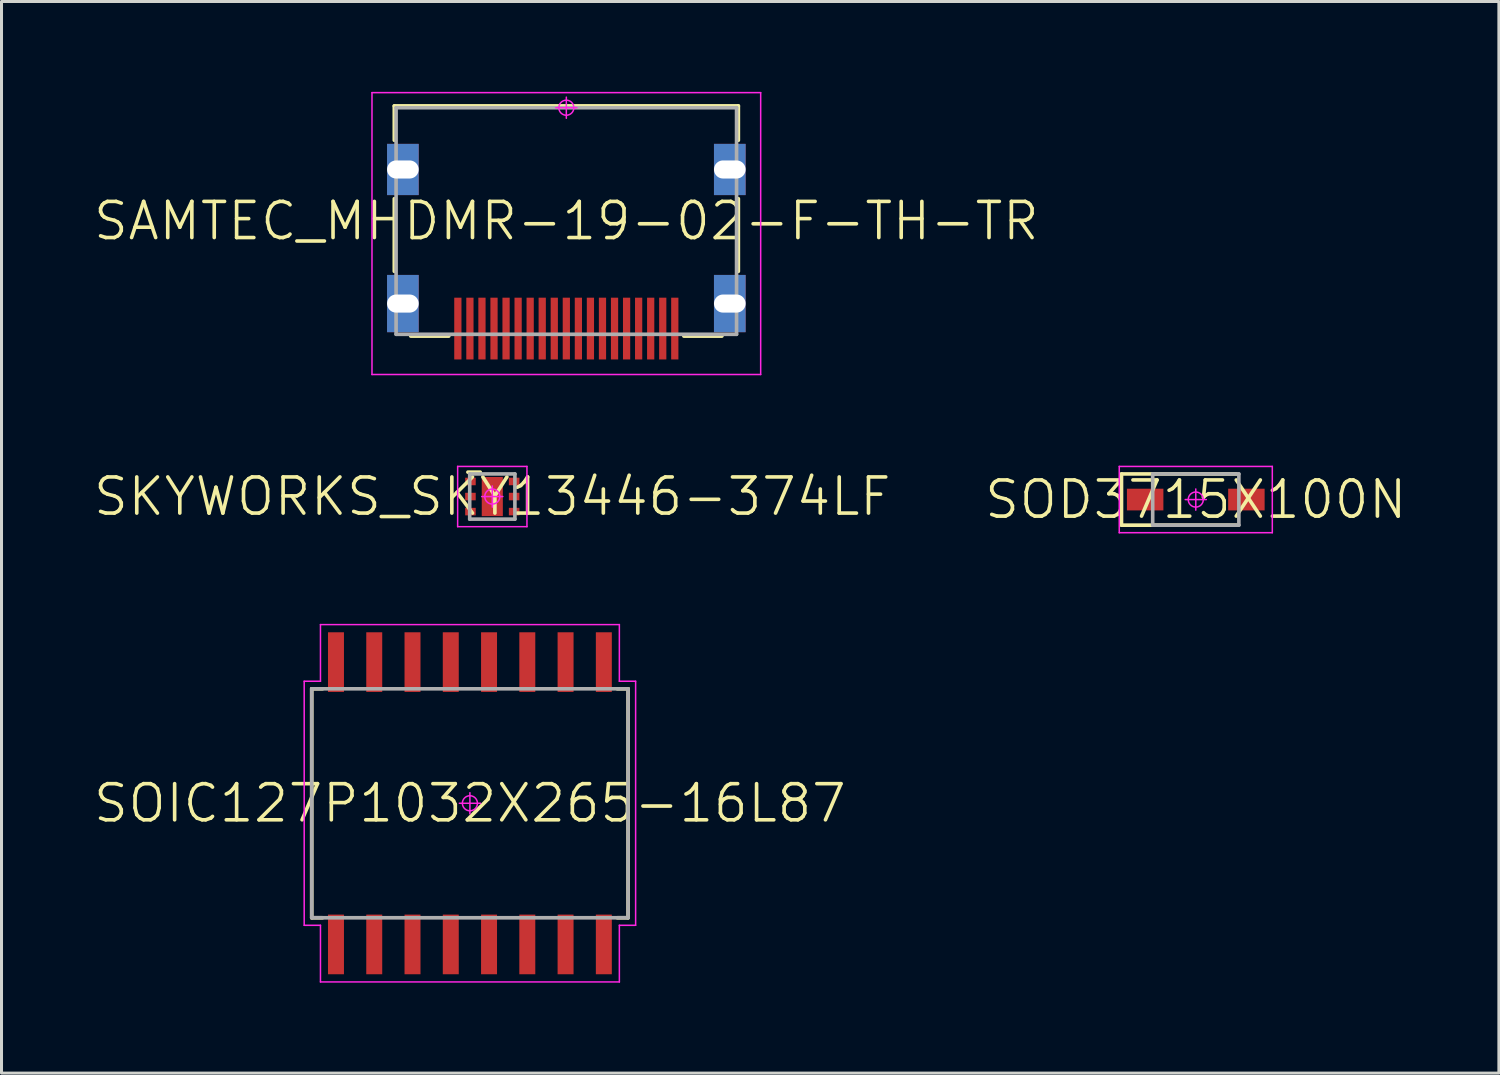
<source format=kicad_pcb>
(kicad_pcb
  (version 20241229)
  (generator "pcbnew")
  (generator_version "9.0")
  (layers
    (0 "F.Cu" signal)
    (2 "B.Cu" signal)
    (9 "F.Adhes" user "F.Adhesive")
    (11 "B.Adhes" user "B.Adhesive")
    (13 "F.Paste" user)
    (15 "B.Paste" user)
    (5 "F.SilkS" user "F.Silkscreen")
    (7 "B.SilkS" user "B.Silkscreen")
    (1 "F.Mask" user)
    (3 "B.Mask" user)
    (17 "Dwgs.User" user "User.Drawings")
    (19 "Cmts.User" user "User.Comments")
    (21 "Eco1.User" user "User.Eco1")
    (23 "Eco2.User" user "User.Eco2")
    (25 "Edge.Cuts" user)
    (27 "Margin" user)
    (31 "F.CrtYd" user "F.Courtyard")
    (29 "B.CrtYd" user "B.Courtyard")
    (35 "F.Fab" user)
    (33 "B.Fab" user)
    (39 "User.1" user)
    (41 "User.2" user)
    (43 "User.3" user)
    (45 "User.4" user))
  (footprint "SOIC127P1032X265-16L87"
    (layer "F.Cu")
    (at 12.546 23.61)
    (property "Reference" "SOIC127P1032X265-16L87" (at 0 0 0) (layer "F.SilkS") (effects (font (size 1.2 1.2) (thickness 0.12))))
    (attr smd)
    (fp_line (start -5.25 -3.8) (end -4.89 -3.8) (stroke (width 0.12) (type solid)) (layer "F.SilkS"))
    (fp_line (start -5.25 3.8) (end -5.25 -3.8) (stroke (width 0.12) (type solid)) (layer "F.SilkS"))
    (fp_line (start -4.89 3.8) (end -5.25 3.8) (stroke (width 0.12) (type solid)) (layer "F.SilkS"))
    (fp_line (start 4.89 3.8) (end 5.25 3.8) (stroke (width 0.12) (type solid)) (layer "F.SilkS"))
    (fp_line (start 5.25 -3.8) (end 4.89 -3.8) (stroke (width 0.12) (type solid)) (layer "F.SilkS"))
    (fp_line (start 5.25 3.8) (end 5.25 -3.8) (stroke (width 0.12) (type solid)) (layer "F.SilkS"))
    (fp_line (start -5.5 -4.05) (end -5.5 4.05) (stroke (width 0.05) (type solid)) (layer "F.CrtYd"))
    (fp_line (start -5.5 4.05) (end -4.96 4.05) (stroke (width 0.05) (type solid)) (layer "F.CrtYd"))
    (fp_line (start -4.96 -5.93) (end -4.96 -4.05) (stroke (width 0.05) (type solid)) (layer "F.CrtYd"))
    (fp_line (start -4.96 -4.05) (end -5.5 -4.05) (stroke (width 0.05) (type solid)) (layer "F.CrtYd"))
    (fp_line (start -4.96 4.05) (end -4.96 5.93) (stroke (width 0.05) (type solid)) (layer "F.CrtYd"))
    (fp_line (start -4.96 5.93) (end 4.96 5.93) (stroke (width 0.05) (type solid)) (layer "F.CrtYd"))
    (fp_line (start -0.35 0) (end 0.35 0) (stroke (width 0.05) (type solid)) (layer "F.CrtYd"))
    (fp_line (start 0 -0.35) (end 0 0.35) (stroke (width 0.05) (type solid)) (layer "F.CrtYd"))
    (fp_line (start 4.96 -5.93) (end -4.96 -5.93) (stroke (width 0.05) (type solid)) (layer "F.CrtYd"))
    (fp_line (start 4.96 -4.05) (end 4.96 -5.93) (stroke (width 0.05) (type solid)) (layer "F.CrtYd"))
    (fp_line (start 4.96 4.05) (end 5.5 4.05) (stroke (width 0.05) (type solid)) (layer "F.CrtYd"))
    (fp_line (start 4.96 5.93) (end 4.96 4.05) (stroke (width 0.05) (type solid)) (layer "F.CrtYd"))
    (fp_line (start 5.5 -4.05) (end 4.96 -4.05) (stroke (width 0.05) (type solid)) (layer "F.CrtYd"))
    (fp_line (start 5.5 4.05) (end 5.5 -4.05) (stroke (width 0.05) (type solid)) (layer "F.CrtYd"))
    (fp_circle (center 0 0) (end 0 0.25) (stroke (width 0.05) (type solid)) (fill no) (layer "F.CrtYd"))
    (fp_line (start -5.25 -3.8) (end 5.25 -3.8) (stroke (width 0.12) (type solid)) (layer "F.Fab"))
    (fp_line (start -5.25 3.8) (end -5.25 -3.8) (stroke (width 0.12) (type solid)) (layer "F.Fab"))
    (fp_line (start 5.25 -3.8) (end 5.25 3.8) (stroke (width 0.12) (type solid)) (layer "F.Fab"))
    (fp_line (start 5.25 3.8) (end -5.25 3.8) (stroke (width 0.12) (type solid)) (layer "F.Fab"))
    (pad "1" smd rect (at -4.445 4.685 90) (size 1.98 0.53) (layers "F.Cu" "F.Mask" "F.Paste"))
    (pad "2" smd rect (at -3.175 4.685 90) (size 1.98 0.53) (layers "F.Cu" "F.Mask" "F.Paste"))
    (pad "3" smd rect (at -1.905 4.685 90) (size 1.98 0.53) (layers "F.Cu" "F.Mask" "F.Paste"))
    (pad "4" smd rect (at -0.635 4.685 90) (size 1.98 0.53) (layers "F.Cu" "F.Mask" "F.Paste"))
    (pad "5" smd rect (at 0.635 4.685 90) (size 1.98 0.53) (layers "F.Cu" "F.Mask" "F.Paste"))
    (pad "6" smd rect (at 1.905 4.685 90) (size 1.98 0.53) (layers "F.Cu" "F.Mask" "F.Paste"))
    (pad "7" smd rect (at 3.175 4.685 90) (size 1.98 0.53) (layers "F.Cu" "F.Mask" "F.Paste"))
    (pad "8" smd rect (at 4.445 4.685 90) (size 1.98 0.53) (layers "F.Cu" "F.Mask" "F.Paste"))
    (pad "9" smd rect (at 4.445 -4.685 90) (size 1.98 0.53) (layers "F.Cu" "F.Mask" "F.Paste"))
    (pad "10" smd rect (at 3.175 -4.685 90) (size 1.98 0.53) (layers "F.Cu" "F.Mask" "F.Paste"))
    (pad "11" smd rect (at 1.905 -4.685 90) (size 1.98 0.53) (layers "F.Cu" "F.Mask" "F.Paste"))
    (pad "12" smd rect (at 0.635 -4.685 90) (size 1.98 0.53) (layers "F.Cu" "F.Mask" "F.Paste"))
    (pad "13" smd rect (at -0.635 -4.685 90) (size 1.98 0.53) (layers "F.Cu" "F.Mask" "F.Paste"))
    (pad "14" smd rect (at -1.905 -4.685 90) (size 1.98 0.53) (layers "F.Cu" "F.Mask" "F.Paste"))
    (pad "15" smd rect (at -3.175 -4.685 90) (size 1.98 0.53) (layers "F.Cu" "F.Mask" "F.Paste"))
    (pad "16" smd rect (at -4.445 -4.685 90) (size 1.98 0.53) (layers "F.Cu" "F.Mask" "F.Paste")))
  (footprint "SAMTEC_MHDMR-19-02-F-TH-TR"
    (layer "F.Cu")
    (at 15.746 0.525)
    (property "Reference" "SAMTEC_MHDMR-19-02-F-TH-TR" (at 0 3.76 0) (layer "F.SilkS") (effects (font (size 1.2 1.2) (thickness 0.12))))
    (attr through_hole)
    (fp_line (start -5.71 -0.06) (end 5.71 -0.06) (stroke (width 0.12) (type solid)) (layer "F.SilkS"))
    (fp_line (start -5.71 1.08) (end -5.71 -0.06) (stroke (width 0.12) (type solid)) (layer "F.SilkS"))
    (fp_line (start -5.71 5.43) (end -5.71 3.02) (stroke (width 0.12) (type solid)) (layer "F.SilkS"))
    (fp_line (start -5.164 7.58) (end -3.9 7.58) (stroke (width 0.12) (type solid)) (layer "F.SilkS"))
    (fp_line (start 3.9 7.58) (end 5.164 7.58) (stroke (width 0.12) (type solid)) (layer "F.SilkS"))
    (fp_line (start 5.71 -0.06) (end 5.71 1.08) (stroke (width 0.12) (type solid)) (layer "F.SilkS"))
    (fp_line (start 5.71 5.43) (end 5.71 3.02) (stroke (width 0.12) (type solid)) (layer "F.SilkS"))
    (fp_line (start -6.45 -0.5) (end 6.45 -0.5) (stroke (width 0.05) (type solid)) (layer "F.CrtYd"))
    (fp_line (start -6.45 8.855) (end -6.45 -0.5) (stroke (width 0.05) (type solid)) (layer "F.CrtYd"))
    (fp_line (start 0 -0.35) (end 0 0.35) (stroke (width 0.05) (type solid)) (layer "F.CrtYd"))
    (fp_line (start 0.35 0) (end -0.35 0) (stroke (width 0.05) (type solid)) (layer "F.CrtYd"))
    (fp_line (start 6.45 -0.5) (end 6.45 8.855) (stroke (width 0.05) (type solid)) (layer "F.CrtYd"))
    (fp_line (start 6.45 8.855) (end -6.45 8.855) (stroke (width 0.05) (type solid)) (layer "F.CrtYd"))
    (fp_circle (center 0 0) (end 0 0.25) (stroke (width 0.05) (type solid)) (fill no) (layer "F.CrtYd"))
    (fp_line (start -5.65 0) (end 5.65 0) (stroke (width 0.12) (type solid)) (layer "F.Fab"))
    (fp_line (start -5.65 7.52) (end -5.65 0) (stroke (width 0.12) (type solid)) (layer "F.Fab"))
    (fp_line (start 5.65 0) (end 5.65 7.52) (stroke (width 0.12) (type solid)) (layer "F.Fab"))
    (fp_line (start 5.65 7.52) (end -5.65 7.52) (stroke (width 0.12) (type solid)) (layer "F.Fab"))
    (pad "1" smd rect (at -3.6 7.33) (size 0.24 2.05) (layers "F.Cu" "F.Mask" "F.Paste"))
    (pad "2" smd rect (at -3.2 7.33) (size 0.24 2.05) (layers "F.Cu" "F.Mask" "F.Paste"))
    (pad "3" smd rect (at -2.8 7.33) (size 0.24 2.05) (layers "F.Cu" "F.Mask" "F.Paste"))
    (pad "4" smd rect (at -2.4 7.33) (size 0.24 2.05) (layers "F.Cu" "F.Mask" "F.Paste"))
    (pad "5" smd rect (at -2 7.33) (size 0.24 2.05) (layers "F.Cu" "F.Mask" "F.Paste"))
    (pad "6" smd rect (at -1.6 7.33) (size 0.24 2.05) (layers "F.Cu" "F.Mask" "F.Paste"))
    (pad "7" smd rect (at -1.2 7.33) (size 0.24 2.05) (layers "F.Cu" "F.Mask" "F.Paste"))
    (pad "8" smd rect (at -0.8 7.33) (size 0.24 2.05) (layers "F.Cu" "F.Mask" "F.Paste"))
    (pad "9" smd rect (at -0.4 7.33) (size 0.24 2.05) (layers "F.Cu" "F.Mask" "F.Paste"))
    (pad "10" smd rect (at 0 7.33) (size 0.24 2.05) (layers "F.Cu" "F.Mask" "F.Paste"))
    (pad "11" smd rect (at 0.4 7.33) (size 0.24 2.05) (layers "F.Cu" "F.Mask" "F.Paste"))
    (pad "12" smd rect (at 0.8 7.33) (size 0.24 2.05) (layers "F.Cu" "F.Mask" "F.Paste"))
    (pad "13" smd rect (at 1.2 7.33) (size 0.24 2.05) (layers "F.Cu" "F.Mask" "F.Paste"))
    (pad "14" smd rect (at 1.6 7.33) (size 0.24 2.05) (layers "F.Cu" "F.Mask" "F.Paste"))
    (pad "15" smd rect (at 2 7.33) (size 0.24 2.05) (layers "F.Cu" "F.Mask" "F.Paste"))
    (pad "16" smd rect (at 2.4 7.33) (size 0.24 2.05) (layers "F.Cu" "F.Mask" "F.Paste"))
    (pad "17" smd rect (at 2.8 7.33) (size 0.24 2.05) (layers "F.Cu" "F.Mask" "F.Paste"))
    (pad "18" smd rect (at 3.2 7.33) (size 0.24 2.05) (layers "F.Cu" "F.Mask" "F.Paste"))
    (pad "19" smd rect (at 3.6 7.33) (size 0.24 2.05) (layers "F.Cu" "F.Mask" "F.Paste"))
    (pad "20" thru_hole rect (at -5.425 6.5) (size 1.05 1.9) (drill oval 1.45 0.6) (layers "*.Cu" "*.Mask"))
    (pad "21" thru_hole rect (at 5.425 6.5) (size 1.05 1.9) (drill oval 1.45 0.6) (layers "*.Cu" "*.Mask"))
    (pad "22" thru_hole rect (at -5.425 2.05) (size 1.05 1.7) (drill oval 1.25 0.6) (layers "*.Cu" "*.Mask"))
    (pad "23" thru_hole rect (at 5.425 2.05) (size 1.05 1.7) (drill oval 1.25 0.6) (layers "*.Cu" "*.Mask")))
  (footprint "SKYWORKS_SKY13446-374LF"
    (layer "F.Cu")
    (at 13.289 13.43)
    (property "Reference" "SKYWORKS_SKY13446-374LF" (at 0 0 0) (layer "F.SilkS") (effects (font (size 1.2 1.2) (thickness 0.12))))
    (attr smd)
    (fp_line (start -0.81 -0.81) (end -0.4 -0.81) (stroke (width 0.12) (type solid)) (layer "F.SilkS"))
    (fp_line (start -1.15 -1) (end 1.15 -1) (stroke (width 0.05) (type solid)) (layer "F.CrtYd"))
    (fp_line (start -1.15 1) (end -1.15 -1) (stroke (width 0.05) (type solid)) (layer "F.CrtYd"))
    (fp_line (start 0 -0.35) (end 0 0.35) (stroke (width 0.05) (type solid)) (layer "F.CrtYd"))
    (fp_line (start 0.35 0) (end -0.35 0) (stroke (width 0.05) (type solid)) (layer "F.CrtYd"))
    (fp_line (start 1.15 -1) (end 1.15 1) (stroke (width 0.05) (type solid)) (layer "F.CrtYd"))
    (fp_line (start 1.15 1) (end -1.15 1) (stroke (width 0.05) (type solid)) (layer "F.CrtYd"))
    (fp_circle (center 0 0) (end 0 0.25) (stroke (width 0.05) (type solid)) (fill no) (layer "F.CrtYd"))
    (fp_line (start -0.75 -0.75) (end 0.75 -0.75) (stroke (width 0.12) (type solid)) (layer "F.Fab"))
    (fp_line (start -0.75 0.75) (end -0.75 -0.75) (stroke (width 0.12) (type solid)) (layer "F.Fab"))
    (fp_line (start 0.75 -0.75) (end 0.75 0.75) (stroke (width 0.12) (type solid)) (layer "F.Fab"))
    (fp_line (start 0.75 0.75) (end -0.75 0.75) (stroke (width 0.12) (type solid)) (layer "F.Fab"))
    (pad "1" smd rect (at -0.725 -0.5) (size 0.35 0.25) (layers "F.Cu" "F.Mask" "F.Paste"))
    (pad "2" smd rect (at -0.725 0) (size 0.35 0.25) (layers "F.Cu" "F.Mask" "F.Paste"))
    (pad "3" smd rect (at -0.725 0.5) (size 0.35 0.25) (layers "F.Cu" "F.Mask" "F.Paste"))
    (pad "4" smd rect (at 0.725 0.5) (size 0.35 0.25) (layers "F.Cu" "F.Mask" "F.Paste"))
    (pad "5" smd rect (at 0.725 0) (size 0.35 0.25) (layers "F.Cu" "F.Mask" "F.Paste"))
    (pad "6" smd rect (at 0.725 -0.5) (size 0.35 0.25) (layers "F.Cu" "F.Mask" "F.Paste"))
    (pad "7" smd rect (at 0 0) (size 0.7 1.3) (layers "F.Cu" "F.Mask" "F.Paste")))
  (footprint "SOD3715X100N"
    (layer "F.Cu")
    (at 36.637 13.53)
    (property "Reference" "SOD3715X100N" (at 0 0 0) (layer "F.SilkS") (effects (font (size 1.2 1.2) (thickness 0.12))))
    (attr smd)
    (fp_line (start -2.465 -0.85) (end -2.465 0.85) (stroke (width 0.12) (type solid)) (layer "F.SilkS"))
    (fp_line (start -2.465 0.85) (end 1.35 0.85) (stroke (width 0.12) (type solid)) (layer "F.SilkS"))
    (fp_line (start 1.35 -0.85) (end -2.465 -0.85) (stroke (width 0.12) (type solid)) (layer "F.SilkS"))
    (fp_line (start -2.54 -1.1) (end 2.54 -1.1) (stroke (width 0.05) (type solid)) (layer "F.CrtYd"))
    (fp_line (start -2.54 1.1) (end -2.54 -1.1) (stroke (width 0.05) (type solid)) (layer "F.CrtYd"))
    (fp_line (start 0 -0.35) (end 0 0.35) (stroke (width 0.05) (type solid)) (layer "F.CrtYd"))
    (fp_line (start 0.35 0) (end -0.35 0) (stroke (width 0.05) (type solid)) (layer "F.CrtYd"))
    (fp_line (start 2.54 -1.1) (end 2.54 1.1) (stroke (width 0.05) (type solid)) (layer "F.CrtYd"))
    (fp_line (start 2.54 1.1) (end -2.54 1.1) (stroke (width 0.05) (type solid)) (layer "F.CrtYd"))
    (fp_circle (center 0 0) (end 0 0.25) (stroke (width 0.05) (type solid)) (fill no) (layer "F.CrtYd"))
    (fp_line (start -1.43 -0.85) (end 1.43 -0.85) (stroke (width 0.12) (type solid)) (layer "F.Fab"))
    (fp_line (start -1.43 0.85) (end -1.43 -0.85) (stroke (width 0.12) (type solid)) (layer "F.Fab"))
    (fp_line (start 1.43 -0.85) (end 1.43 0.85) (stroke (width 0.12) (type solid)) (layer "F.Fab"))
    (fp_line (start 1.43 0.85) (end -1.43 0.85) (stroke (width 0.12) (type solid)) (layer "F.Fab"))
    (pad "A" smd rect (at 1.68 0) (size 1.21 0.72) (layers "F.Cu" "F.Mask" "F.Paste"))
    (pad "C" smd rect (at -1.68 0) (size 1.21 0.72) (layers "F.Cu" "F.Mask" "F.Paste")))
  (gr_rect
    (start -3 -3)
    (end 46.697 32.565)
    (stroke (width 0.1) (type default))
    (fill no)
    (layer "Edge.Cuts")))
</source>
